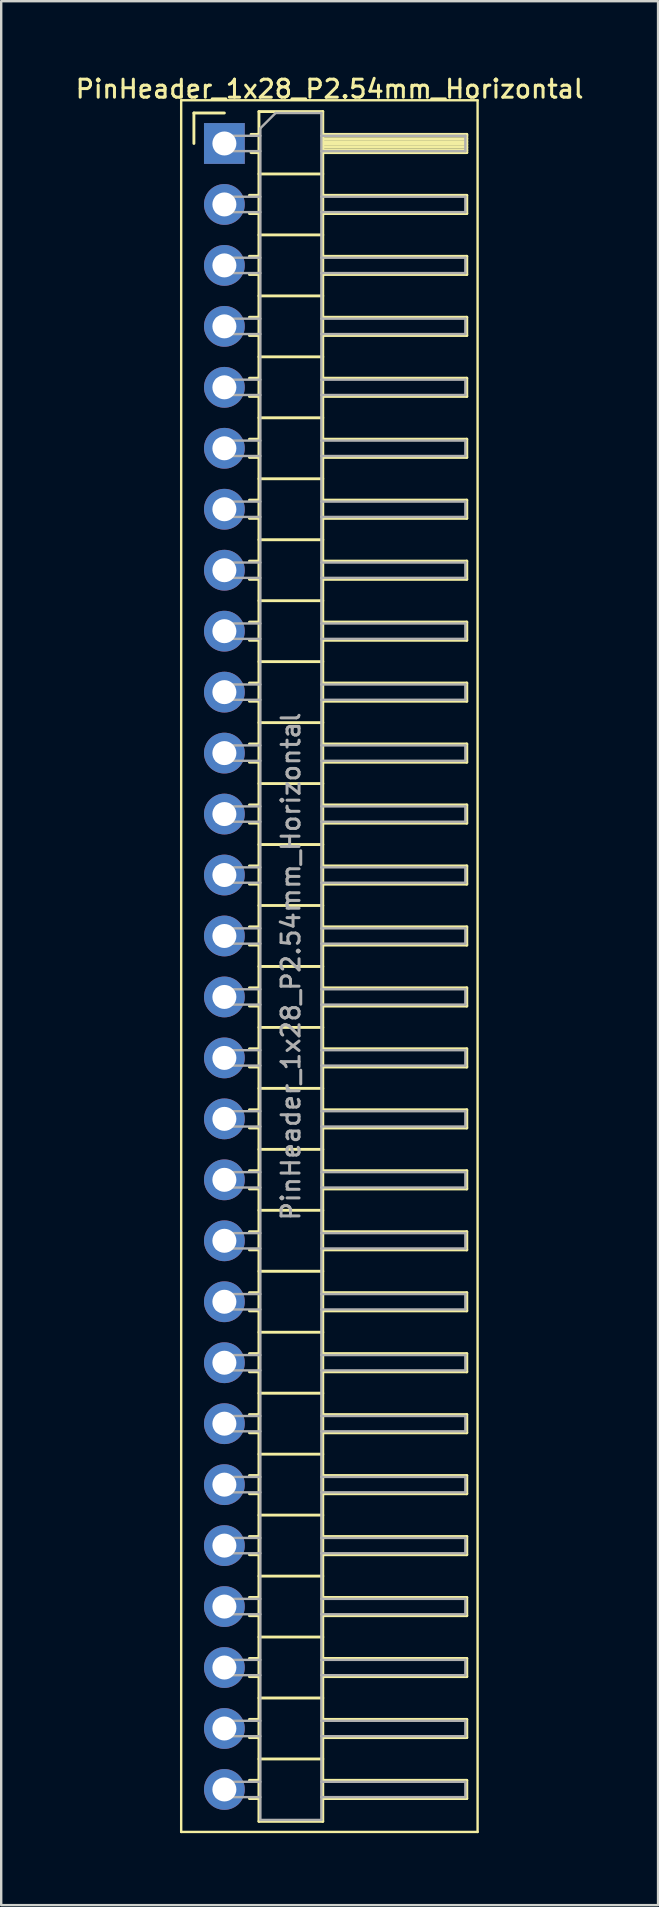
<source format=kicad_pcb>
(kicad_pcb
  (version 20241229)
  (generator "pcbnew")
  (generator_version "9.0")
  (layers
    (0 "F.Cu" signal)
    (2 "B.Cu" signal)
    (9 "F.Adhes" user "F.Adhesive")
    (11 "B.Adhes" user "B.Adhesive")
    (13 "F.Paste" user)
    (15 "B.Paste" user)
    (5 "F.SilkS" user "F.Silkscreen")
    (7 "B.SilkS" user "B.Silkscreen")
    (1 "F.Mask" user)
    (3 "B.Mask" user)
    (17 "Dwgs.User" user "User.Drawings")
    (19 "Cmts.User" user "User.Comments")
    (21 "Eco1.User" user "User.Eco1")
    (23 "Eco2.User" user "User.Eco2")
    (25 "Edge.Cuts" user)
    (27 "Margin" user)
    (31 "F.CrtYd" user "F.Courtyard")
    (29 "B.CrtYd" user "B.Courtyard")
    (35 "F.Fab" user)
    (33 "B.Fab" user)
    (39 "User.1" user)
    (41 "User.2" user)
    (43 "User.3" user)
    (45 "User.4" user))
  (footprint "PinHeader_1x28_P2.54mm_Horizontal"
    (layer "F.Cu")
    (at 6.299 2.928)
    (property "Reference" "PinHeader_1x28_P2.54mm_Horizontal" (at 4.385 -2.27 0) (layer "F.SilkS") (effects (font (size 0.75 0.75) (thickness 0.125))))
    (attr through_hole)
    (fp_line (start -1.8 -1.8) (end -1.8 70.35) (stroke (width 0.1) (type solid)) (layer "F.SilkS"))
    (fp_line (start -1.8 70.35) (end 10.55 70.35) (stroke (width 0.1) (type solid)) (layer "F.SilkS"))
    (fp_line (start -1.27 -1.27) (end 0 -1.27) (stroke (width 0.12) (type solid)) (layer "F.SilkS"))
    (fp_line (start -1.27 0) (end -1.27 -1.27) (stroke (width 0.12) (type solid)) (layer "F.SilkS"))
    (fp_line (start 1.043 2.16) (end 1.44 2.16) (stroke (width 0.12) (type solid)) (layer "F.SilkS"))
    (fp_line (start 1.043 2.92) (end 1.44 2.92) (stroke (width 0.12) (type solid)) (layer "F.SilkS"))
    (fp_line (start 1.043 4.7) (end 1.44 4.7) (stroke (width 0.12) (type solid)) (layer "F.SilkS"))
    (fp_line (start 1.043 5.46) (end 1.44 5.46) (stroke (width 0.12) (type solid)) (layer "F.SilkS"))
    (fp_line (start 1.043 7.24) (end 1.44 7.24) (stroke (width 0.12) (type solid)) (layer "F.SilkS"))
    (fp_line (start 1.043 8) (end 1.44 8) (stroke (width 0.12) (type solid)) (layer "F.SilkS"))
    (fp_line (start 1.043 9.78) (end 1.44 9.78) (stroke (width 0.12) (type solid)) (layer "F.SilkS"))
    (fp_line (start 1.043 10.54) (end 1.44 10.54) (stroke (width 0.12) (type solid)) (layer "F.SilkS"))
    (fp_line (start 1.043 12.32) (end 1.44 12.32) (stroke (width 0.12) (type solid)) (layer "F.SilkS"))
    (fp_line (start 1.043 13.08) (end 1.44 13.08) (stroke (width 0.12) (type solid)) (layer "F.SilkS"))
    (fp_line (start 1.043 14.86) (end 1.44 14.86) (stroke (width 0.12) (type solid)) (layer "F.SilkS"))
    (fp_line (start 1.043 15.62) (end 1.44 15.62) (stroke (width 0.12) (type solid)) (layer "F.SilkS"))
    (fp_line (start 1.043 17.4) (end 1.44 17.4) (stroke (width 0.12) (type solid)) (layer "F.SilkS"))
    (fp_line (start 1.043 18.16) (end 1.44 18.16) (stroke (width 0.12) (type solid)) (layer "F.SilkS"))
    (fp_line (start 1.043 19.94) (end 1.44 19.94) (stroke (width 0.12) (type solid)) (layer "F.SilkS"))
    (fp_line (start 1.043 20.7) (end 1.44 20.7) (stroke (width 0.12) (type solid)) (layer "F.SilkS"))
    (fp_line (start 1.043 22.48) (end 1.44 22.48) (stroke (width 0.12) (type solid)) (layer "F.SilkS"))
    (fp_line (start 1.043 23.24) (end 1.44 23.24) (stroke (width 0.12) (type solid)) (layer "F.SilkS"))
    (fp_line (start 1.043 25.02) (end 1.44 25.02) (stroke (width 0.12) (type solid)) (layer "F.SilkS"))
    (fp_line (start 1.043 25.78) (end 1.44 25.78) (stroke (width 0.12) (type solid)) (layer "F.SilkS"))
    (fp_line (start 1.043 27.56) (end 1.44 27.56) (stroke (width 0.12) (type solid)) (layer "F.SilkS"))
    (fp_line (start 1.043 28.32) (end 1.44 28.32) (stroke (width 0.12) (type solid)) (layer "F.SilkS"))
    (fp_line (start 1.043 30.1) (end 1.44 30.1) (stroke (width 0.12) (type solid)) (layer "F.SilkS"))
    (fp_line (start 1.043 30.86) (end 1.44 30.86) (stroke (width 0.12) (type solid)) (layer "F.SilkS"))
    (fp_line (start 1.043 32.64) (end 1.44 32.64) (stroke (width 0.12) (type solid)) (layer "F.SilkS"))
    (fp_line (start 1.043 33.4) (end 1.44 33.4) (stroke (width 0.12) (type solid)) (layer "F.SilkS"))
    (fp_line (start 1.043 35.18) (end 1.44 35.18) (stroke (width 0.12) (type solid)) (layer "F.SilkS"))
    (fp_line (start 1.043 35.94) (end 1.44 35.94) (stroke (width 0.12) (type solid)) (layer "F.SilkS"))
    (fp_line (start 1.043 37.72) (end 1.44 37.72) (stroke (width 0.12) (type solid)) (layer "F.SilkS"))
    (fp_line (start 1.043 38.48) (end 1.44 38.48) (stroke (width 0.12) (type solid)) (layer "F.SilkS"))
    (fp_line (start 1.043 40.26) (end 1.44 40.26) (stroke (width 0.12) (type solid)) (layer "F.SilkS"))
    (fp_line (start 1.043 41.02) (end 1.44 41.02) (stroke (width 0.12) (type solid)) (layer "F.SilkS"))
    (fp_line (start 1.043 42.8) (end 1.44 42.8) (stroke (width 0.12) (type solid)) (layer "F.SilkS"))
    (fp_line (start 1.043 43.56) (end 1.44 43.56) (stroke (width 0.12) (type solid)) (layer "F.SilkS"))
    (fp_line (start 1.043 45.34) (end 1.44 45.34) (stroke (width 0.12) (type solid)) (layer "F.SilkS"))
    (fp_line (start 1.043 46.1) (end 1.44 46.1) (stroke (width 0.12) (type solid)) (layer "F.SilkS"))
    (fp_line (start 1.043 47.88) (end 1.44 47.88) (stroke (width 0.12) (type solid)) (layer "F.SilkS"))
    (fp_line (start 1.043 48.64) (end 1.44 48.64) (stroke (width 0.12) (type solid)) (layer "F.SilkS"))
    (fp_line (start 1.043 50.42) (end 1.44 50.42) (stroke (width 0.12) (type solid)) (layer "F.SilkS"))
    (fp_line (start 1.043 51.18) (end 1.44 51.18) (stroke (width 0.12) (type solid)) (layer "F.SilkS"))
    (fp_line (start 1.043 52.96) (end 1.44 52.96) (stroke (width 0.12) (type solid)) (layer "F.SilkS"))
    (fp_line (start 1.043 53.72) (end 1.44 53.72) (stroke (width 0.12) (type solid)) (layer "F.SilkS"))
    (fp_line (start 1.043 55.5) (end 1.44 55.5) (stroke (width 0.12) (type solid)) (layer "F.SilkS"))
    (fp_line (start 1.043 56.26) (end 1.44 56.26) (stroke (width 0.12) (type solid)) (layer "F.SilkS"))
    (fp_line (start 1.043 58.04) (end 1.44 58.04) (stroke (width 0.12) (type solid)) (layer "F.SilkS"))
    (fp_line (start 1.043 58.8) (end 1.44 58.8) (stroke (width 0.12) (type solid)) (layer "F.SilkS"))
    (fp_line (start 1.043 60.58) (end 1.44 60.58) (stroke (width 0.12) (type solid)) (layer "F.SilkS"))
    (fp_line (start 1.043 61.34) (end 1.44 61.34) (stroke (width 0.12) (type solid)) (layer "F.SilkS"))
    (fp_line (start 1.043 63.12) (end 1.44 63.12) (stroke (width 0.12) (type solid)) (layer "F.SilkS"))
    (fp_line (start 1.043 63.88) (end 1.44 63.88) (stroke (width 0.12) (type solid)) (layer "F.SilkS"))
    (fp_line (start 1.043 65.66) (end 1.44 65.66) (stroke (width 0.12) (type solid)) (layer "F.SilkS"))
    (fp_line (start 1.043 66.42) (end 1.44 66.42) (stroke (width 0.12) (type solid)) (layer "F.SilkS"))
    (fp_line (start 1.043 68.2) (end 1.44 68.2) (stroke (width 0.12) (type solid)) (layer "F.SilkS"))
    (fp_line (start 1.043 68.96) (end 1.44 68.96) (stroke (width 0.12) (type solid)) (layer "F.SilkS"))
    (fp_line (start 1.11 -0.38) (end 1.44 -0.38) (stroke (width 0.12) (type solid)) (layer "F.SilkS"))
    (fp_line (start 1.11 0.38) (end 1.44 0.38) (stroke (width 0.12) (type solid)) (layer "F.SilkS"))
    (fp_line (start 1.44 -1.33) (end 1.44 69.91) (stroke (width 0.12) (type solid)) (layer "F.SilkS"))
    (fp_line (start 1.44 1.27) (end 4.1 1.27) (stroke (width 0.12) (type solid)) (layer "F.SilkS"))
    (fp_line (start 1.44 3.81) (end 4.1 3.81) (stroke (width 0.12) (type solid)) (layer "F.SilkS"))
    (fp_line (start 1.44 6.35) (end 4.1 6.35) (stroke (width 0.12) (type solid)) (layer "F.SilkS"))
    (fp_line (start 1.44 8.89) (end 4.1 8.89) (stroke (width 0.12) (type solid)) (layer "F.SilkS"))
    (fp_line (start 1.44 11.43) (end 4.1 11.43) (stroke (width 0.12) (type solid)) (layer "F.SilkS"))
    (fp_line (start 1.44 13.97) (end 4.1 13.97) (stroke (width 0.12) (type solid)) (layer "F.SilkS"))
    (fp_line (start 1.44 16.51) (end 4.1 16.51) (stroke (width 0.12) (type solid)) (layer "F.SilkS"))
    (fp_line (start 1.44 19.05) (end 4.1 19.05) (stroke (width 0.12) (type solid)) (layer "F.SilkS"))
    (fp_line (start 1.44 21.59) (end 4.1 21.59) (stroke (width 0.12) (type solid)) (layer "F.SilkS"))
    (fp_line (start 1.44 24.13) (end 4.1 24.13) (stroke (width 0.12) (type solid)) (layer "F.SilkS"))
    (fp_line (start 1.44 26.67) (end 4.1 26.67) (stroke (width 0.12) (type solid)) (layer "F.SilkS"))
    (fp_line (start 1.44 29.21) (end 4.1 29.21) (stroke (width 0.12) (type solid)) (layer "F.SilkS"))
    (fp_line (start 1.44 31.75) (end 4.1 31.75) (stroke (width 0.12) (type solid)) (layer "F.SilkS"))
    (fp_line (start 1.44 34.29) (end 4.1 34.29) (stroke (width 0.12) (type solid)) (layer "F.SilkS"))
    (fp_line (start 1.44 36.83) (end 4.1 36.83) (stroke (width 0.12) (type solid)) (layer "F.SilkS"))
    (fp_line (start 1.44 39.37) (end 4.1 39.37) (stroke (width 0.12) (type solid)) (layer "F.SilkS"))
    (fp_line (start 1.44 41.91) (end 4.1 41.91) (stroke (width 0.12) (type solid)) (layer "F.SilkS"))
    (fp_line (start 1.44 44.45) (end 4.1 44.45) (stroke (width 0.12) (type solid)) (layer "F.SilkS"))
    (fp_line (start 1.44 46.99) (end 4.1 46.99) (stroke (width 0.12) (type solid)) (layer "F.SilkS"))
    (fp_line (start 1.44 49.53) (end 4.1 49.53) (stroke (width 0.12) (type solid)) (layer "F.SilkS"))
    (fp_line (start 1.44 52.07) (end 4.1 52.07) (stroke (width 0.12) (type solid)) (layer "F.SilkS"))
    (fp_line (start 1.44 54.61) (end 4.1 54.61) (stroke (width 0.12) (type solid)) (layer "F.SilkS"))
    (fp_line (start 1.44 57.15) (end 4.1 57.15) (stroke (width 0.12) (type solid)) (layer "F.SilkS"))
    (fp_line (start 1.44 59.69) (end 4.1 59.69) (stroke (width 0.12) (type solid)) (layer "F.SilkS"))
    (fp_line (start 1.44 62.23) (end 4.1 62.23) (stroke (width 0.12) (type solid)) (layer "F.SilkS"))
    (fp_line (start 1.44 64.77) (end 4.1 64.77) (stroke (width 0.12) (type solid)) (layer "F.SilkS"))
    (fp_line (start 1.44 67.31) (end 4.1 67.31) (stroke (width 0.12) (type solid)) (layer "F.SilkS"))
    (fp_line (start 1.44 69.91) (end 4.1 69.91) (stroke (width 0.12) (type solid)) (layer "F.SilkS"))
    (fp_line (start 4.1 -1.33) (end 1.44 -1.33) (stroke (width 0.12) (type solid)) (layer "F.SilkS"))
    (fp_line (start 4.1 -0.38) (end 10.1 -0.38) (stroke (width 0.12) (type solid)) (layer "F.SilkS"))
    (fp_line (start 4.1 -0.32) (end 10.1 -0.32) (stroke (width 0.12) (type solid)) (layer "F.SilkS"))
    (fp_line (start 4.1 -0.2) (end 10.1 -0.2) (stroke (width 0.12) (type solid)) (layer "F.SilkS"))
    (fp_line (start 4.1 -0.08) (end 10.1 -0.08) (stroke (width 0.12) (type solid)) (layer "F.SilkS"))
    (fp_line (start 4.1 0.04) (end 10.1 0.04) (stroke (width 0.12) (type solid)) (layer "F.SilkS"))
    (fp_line (start 4.1 0.16) (end 10.1 0.16) (stroke (width 0.12) (type solid)) (layer "F.SilkS"))
    (fp_line (start 4.1 0.28) (end 10.1 0.28) (stroke (width 0.12) (type solid)) (layer "F.SilkS"))
    (fp_line (start 4.1 2.16) (end 10.1 2.16) (stroke (width 0.12) (type solid)) (layer "F.SilkS"))
    (fp_line (start 4.1 4.7) (end 10.1 4.7) (stroke (width 0.12) (type solid)) (layer "F.SilkS"))
    (fp_line (start 4.1 7.24) (end 10.1 7.24) (stroke (width 0.12) (type solid)) (layer "F.SilkS"))
    (fp_line (start 4.1 9.78) (end 10.1 9.78) (stroke (width 0.12) (type solid)) (layer "F.SilkS"))
    (fp_line (start 4.1 12.32) (end 10.1 12.32) (stroke (width 0.12) (type solid)) (layer "F.SilkS"))
    (fp_line (start 4.1 14.86) (end 10.1 14.86) (stroke (width 0.12) (type solid)) (layer "F.SilkS"))
    (fp_line (start 4.1 17.4) (end 10.1 17.4) (stroke (width 0.12) (type solid)) (layer "F.SilkS"))
    (fp_line (start 4.1 19.94) (end 10.1 19.94) (stroke (width 0.12) (type solid)) (layer "F.SilkS"))
    (fp_line (start 4.1 22.48) (end 10.1 22.48) (stroke (width 0.12) (type solid)) (layer "F.SilkS"))
    (fp_line (start 4.1 25.02) (end 10.1 25.02) (stroke (width 0.12) (type solid)) (layer "F.SilkS"))
    (fp_line (start 4.1 27.56) (end 10.1 27.56) (stroke (width 0.12) (type solid)) (layer "F.SilkS"))
    (fp_line (start 4.1 30.1) (end 10.1 30.1) (stroke (width 0.12) (type solid)) (layer "F.SilkS"))
    (fp_line (start 4.1 32.64) (end 10.1 32.64) (stroke (width 0.12) (type solid)) (layer "F.SilkS"))
    (fp_line (start 4.1 35.18) (end 10.1 35.18) (stroke (width 0.12) (type solid)) (layer "F.SilkS"))
    (fp_line (start 4.1 37.72) (end 10.1 37.72) (stroke (width 0.12) (type solid)) (layer "F.SilkS"))
    (fp_line (start 4.1 40.26) (end 10.1 40.26) (stroke (width 0.12) (type solid)) (layer "F.SilkS"))
    (fp_line (start 4.1 42.8) (end 10.1 42.8) (stroke (width 0.12) (type solid)) (layer "F.SilkS"))
    (fp_line (start 4.1 45.34) (end 10.1 45.34) (stroke (width 0.12) (type solid)) (layer "F.SilkS"))
    (fp_line (start 4.1 47.88) (end 10.1 47.88) (stroke (width 0.12) (type solid)) (layer "F.SilkS"))
    (fp_line (start 4.1 50.42) (end 10.1 50.42) (stroke (width 0.12) (type solid)) (layer "F.SilkS"))
    (fp_line (start 4.1 52.96) (end 10.1 52.96) (stroke (width 0.12) (type solid)) (layer "F.SilkS"))
    (fp_line (start 4.1 55.5) (end 10.1 55.5) (stroke (width 0.12) (type solid)) (layer "F.SilkS"))
    (fp_line (start 4.1 58.04) (end 10.1 58.04) (stroke (width 0.12) (type solid)) (layer "F.SilkS"))
    (fp_line (start 4.1 60.58) (end 10.1 60.58) (stroke (width 0.12) (type solid)) (layer "F.SilkS"))
    (fp_line (start 4.1 63.12) (end 10.1 63.12) (stroke (width 0.12) (type solid)) (layer "F.SilkS"))
    (fp_line (start 4.1 65.66) (end 10.1 65.66) (stroke (width 0.12) (type solid)) (layer "F.SilkS"))
    (fp_line (start 4.1 68.2) (end 10.1 68.2) (stroke (width 0.12) (type solid)) (layer "F.SilkS"))
    (fp_line (start 4.1 69.91) (end 4.1 -1.33) (stroke (width 0.12) (type solid)) (layer "F.SilkS"))
    (fp_line (start 10.1 -0.38) (end 10.1 0.38) (stroke (width 0.12) (type solid)) (layer "F.SilkS"))
    (fp_line (start 10.1 0.38) (end 4.1 0.38) (stroke (width 0.12) (type solid)) (layer "F.SilkS"))
    (fp_line (start 10.1 2.16) (end 10.1 2.92) (stroke (width 0.12) (type solid)) (layer "F.SilkS"))
    (fp_line (start 10.1 2.92) (end 4.1 2.92) (stroke (width 0.12) (type solid)) (layer "F.SilkS"))
    (fp_line (start 10.1 4.7) (end 10.1 5.46) (stroke (width 0.12) (type solid)) (layer "F.SilkS"))
    (fp_line (start 10.1 5.46) (end 4.1 5.46) (stroke (width 0.12) (type solid)) (layer "F.SilkS"))
    (fp_line (start 10.1 7.24) (end 10.1 8) (stroke (width 0.12) (type solid)) (layer "F.SilkS"))
    (fp_line (start 10.1 8) (end 4.1 8) (stroke (width 0.12) (type solid)) (layer "F.SilkS"))
    (fp_line (start 10.1 9.78) (end 10.1 10.54) (stroke (width 0.12) (type solid)) (layer "F.SilkS"))
    (fp_line (start 10.1 10.54) (end 4.1 10.54) (stroke (width 0.12) (type solid)) (layer "F.SilkS"))
    (fp_line (start 10.1 12.32) (end 10.1 13.08) (stroke (width 0.12) (type solid)) (layer "F.SilkS"))
    (fp_line (start 10.1 13.08) (end 4.1 13.08) (stroke (width 0.12) (type solid)) (layer "F.SilkS"))
    (fp_line (start 10.1 14.86) (end 10.1 15.62) (stroke (width 0.12) (type solid)) (layer "F.SilkS"))
    (fp_line (start 10.1 15.62) (end 4.1 15.62) (stroke (width 0.12) (type solid)) (layer "F.SilkS"))
    (fp_line (start 10.1 17.4) (end 10.1 18.16) (stroke (width 0.12) (type solid)) (layer "F.SilkS"))
    (fp_line (start 10.1 18.16) (end 4.1 18.16) (stroke (width 0.12) (type solid)) (layer "F.SilkS"))
    (fp_line (start 10.1 19.94) (end 10.1 20.7) (stroke (width 0.12) (type solid)) (layer "F.SilkS"))
    (fp_line (start 10.1 20.7) (end 4.1 20.7) (stroke (width 0.12) (type solid)) (layer "F.SilkS"))
    (fp_line (start 10.1 22.48) (end 10.1 23.24) (stroke (width 0.12) (type solid)) (layer "F.SilkS"))
    (fp_line (start 10.1 23.24) (end 4.1 23.24) (stroke (width 0.12) (type solid)) (layer "F.SilkS"))
    (fp_line (start 10.1 25.02) (end 10.1 25.78) (stroke (width 0.12) (type solid)) (layer "F.SilkS"))
    (fp_line (start 10.1 25.78) (end 4.1 25.78) (stroke (width 0.12) (type solid)) (layer "F.SilkS"))
    (fp_line (start 10.1 27.56) (end 10.1 28.32) (stroke (width 0.12) (type solid)) (layer "F.SilkS"))
    (fp_line (start 10.1 28.32) (end 4.1 28.32) (stroke (width 0.12) (type solid)) (layer "F.SilkS"))
    (fp_line (start 10.1 30.1) (end 10.1 30.86) (stroke (width 0.12) (type solid)) (layer "F.SilkS"))
    (fp_line (start 10.1 30.86) (end 4.1 30.86) (stroke (width 0.12) (type solid)) (layer "F.SilkS"))
    (fp_line (start 10.1 32.64) (end 10.1 33.4) (stroke (width 0.12) (type solid)) (layer "F.SilkS"))
    (fp_line (start 10.1 33.4) (end 4.1 33.4) (stroke (width 0.12) (type solid)) (layer "F.SilkS"))
    (fp_line (start 10.1 35.18) (end 10.1 35.94) (stroke (width 0.12) (type solid)) (layer "F.SilkS"))
    (fp_line (start 10.1 35.94) (end 4.1 35.94) (stroke (width 0.12) (type solid)) (layer "F.SilkS"))
    (fp_line (start 10.1 37.72) (end 10.1 38.48) (stroke (width 0.12) (type solid)) (layer "F.SilkS"))
    (fp_line (start 10.1 38.48) (end 4.1 38.48) (stroke (width 0.12) (type solid)) (layer "F.SilkS"))
    (fp_line (start 10.1 40.26) (end 10.1 41.02) (stroke (width 0.12) (type solid)) (layer "F.SilkS"))
    (fp_line (start 10.1 41.02) (end 4.1 41.02) (stroke (width 0.12) (type solid)) (layer "F.SilkS"))
    (fp_line (start 10.1 42.8) (end 10.1 43.56) (stroke (width 0.12) (type solid)) (layer "F.SilkS"))
    (fp_line (start 10.1 43.56) (end 4.1 43.56) (stroke (width 0.12) (type solid)) (layer "F.SilkS"))
    (fp_line (start 10.1 45.34) (end 10.1 46.1) (stroke (width 0.12) (type solid)) (layer "F.SilkS"))
    (fp_line (start 10.1 46.1) (end 4.1 46.1) (stroke (width 0.12) (type solid)) (layer "F.SilkS"))
    (fp_line (start 10.1 47.88) (end 10.1 48.64) (stroke (width 0.12) (type solid)) (layer "F.SilkS"))
    (fp_line (start 10.1 48.64) (end 4.1 48.64) (stroke (width 0.12) (type solid)) (layer "F.SilkS"))
    (fp_line (start 10.1 50.42) (end 10.1 51.18) (stroke (width 0.12) (type solid)) (layer "F.SilkS"))
    (fp_line (start 10.1 51.18) (end 4.1 51.18) (stroke (width 0.12) (type solid)) (layer "F.SilkS"))
    (fp_line (start 10.1 52.96) (end 10.1 53.72) (stroke (width 0.12) (type solid)) (layer "F.SilkS"))
    (fp_line (start 10.1 53.72) (end 4.1 53.72) (stroke (width 0.12) (type solid)) (layer "F.SilkS"))
    (fp_line (start 10.1 55.5) (end 10.1 56.26) (stroke (width 0.12) (type solid)) (layer "F.SilkS"))
    (fp_line (start 10.1 56.26) (end 4.1 56.26) (stroke (width 0.12) (type solid)) (layer "F.SilkS"))
    (fp_line (start 10.1 58.04) (end 10.1 58.8) (stroke (width 0.12) (type solid)) (layer "F.SilkS"))
    (fp_line (start 10.1 58.8) (end 4.1 58.8) (stroke (width 0.12) (type solid)) (layer "F.SilkS"))
    (fp_line (start 10.1 60.58) (end 10.1 61.34) (stroke (width 0.12) (type solid)) (layer "F.SilkS"))
    (fp_line (start 10.1 61.34) (end 4.1 61.34) (stroke (width 0.12) (type solid)) (layer "F.SilkS"))
    (fp_line (start 10.1 63.12) (end 10.1 63.88) (stroke (width 0.12) (type solid)) (layer "F.SilkS"))
    (fp_line (start 10.1 63.88) (end 4.1 63.88) (stroke (width 0.12) (type solid)) (layer "F.SilkS"))
    (fp_line (start 10.1 65.66) (end 10.1 66.42) (stroke (width 0.12) (type solid)) (layer "F.SilkS"))
    (fp_line (start 10.1 66.42) (end 4.1 66.42) (stroke (width 0.12) (type solid)) (layer "F.SilkS"))
    (fp_line (start 10.1 68.2) (end 10.1 68.96) (stroke (width 0.12) (type solid)) (layer "F.SilkS"))
    (fp_line (start 10.1 68.96) (end 4.1 68.96) (stroke (width 0.12) (type solid)) (layer "F.SilkS"))
    (fp_line (start 10.55 -1.8) (end -1.8 -1.8) (stroke (width 0.1) (type solid)) (layer "F.SilkS"))
    (fp_line (start 10.55 70.35) (end 10.55 -1.8) (stroke (width 0.1) (type solid)) (layer "F.SilkS"))
    (fp_line (start -0.32 -0.32) (end -0.32 0.32) (stroke (width 0.1) (type solid)) (layer "F.Fab"))
    (fp_line (start -0.32 -0.32) (end 1.5 -0.32) (stroke (width 0.1) (type solid)) (layer "F.Fab"))
    (fp_line (start -0.32 0.32) (end 1.5 0.32) (stroke (width 0.1) (type solid)) (layer "F.Fab"))
    (fp_line (start -0.32 2.22) (end -0.32 2.86) (stroke (width 0.1) (type solid)) (layer "F.Fab"))
    (fp_line (start -0.32 2.22) (end 1.5 2.22) (stroke (width 0.1) (type solid)) (layer "F.Fab"))
    (fp_line (start -0.32 2.86) (end 1.5 2.86) (stroke (width 0.1) (type solid)) (layer "F.Fab"))
    (fp_line (start -0.32 4.76) (end -0.32 5.4) (stroke (width 0.1) (type solid)) (layer "F.Fab"))
    (fp_line (start -0.32 4.76) (end 1.5 4.76) (stroke (width 0.1) (type solid)) (layer "F.Fab"))
    (fp_line (start -0.32 5.4) (end 1.5 5.4) (stroke (width 0.1) (type solid)) (layer "F.Fab"))
    (fp_line (start -0.32 7.3) (end -0.32 7.94) (stroke (width 0.1) (type solid)) (layer "F.Fab"))
    (fp_line (start -0.32 7.3) (end 1.5 7.3) (stroke (width 0.1) (type solid)) (layer "F.Fab"))
    (fp_line (start -0.32 7.94) (end 1.5 7.94) (stroke (width 0.1) (type solid)) (layer "F.Fab"))
    (fp_line (start -0.32 9.84) (end -0.32 10.48) (stroke (width 0.1) (type solid)) (layer "F.Fab"))
    (fp_line (start -0.32 9.84) (end 1.5 9.84) (stroke (width 0.1) (type solid)) (layer "F.Fab"))
    (fp_line (start -0.32 10.48) (end 1.5 10.48) (stroke (width 0.1) (type solid)) (layer "F.Fab"))
    (fp_line (start -0.32 12.38) (end -0.32 13.02) (stroke (width 0.1) (type solid)) (layer "F.Fab"))
    (fp_line (start -0.32 12.38) (end 1.5 12.38) (stroke (width 0.1) (type solid)) (layer "F.Fab"))
    (fp_line (start -0.32 13.02) (end 1.5 13.02) (stroke (width 0.1) (type solid)) (layer "F.Fab"))
    (fp_line (start -0.32 14.92) (end -0.32 15.56) (stroke (width 0.1) (type solid)) (layer "F.Fab"))
    (fp_line (start -0.32 14.92) (end 1.5 14.92) (stroke (width 0.1) (type solid)) (layer "F.Fab"))
    (fp_line (start -0.32 15.56) (end 1.5 15.56) (stroke (width 0.1) (type solid)) (layer "F.Fab"))
    (fp_line (start -0.32 17.46) (end -0.32 18.1) (stroke (width 0.1) (type solid)) (layer "F.Fab"))
    (fp_line (start -0.32 17.46) (end 1.5 17.46) (stroke (width 0.1) (type solid)) (layer "F.Fab"))
    (fp_line (start -0.32 18.1) (end 1.5 18.1) (stroke (width 0.1) (type solid)) (layer "F.Fab"))
    (fp_line (start -0.32 20) (end -0.32 20.64) (stroke (width 0.1) (type solid)) (layer "F.Fab"))
    (fp_line (start -0.32 20) (end 1.5 20) (stroke (width 0.1) (type solid)) (layer "F.Fab"))
    (fp_line (start -0.32 20.64) (end 1.5 20.64) (stroke (width 0.1) (type solid)) (layer "F.Fab"))
    (fp_line (start -0.32 22.54) (end -0.32 23.18) (stroke (width 0.1) (type solid)) (layer "F.Fab"))
    (fp_line (start -0.32 22.54) (end 1.5 22.54) (stroke (width 0.1) (type solid)) (layer "F.Fab"))
    (fp_line (start -0.32 23.18) (end 1.5 23.18) (stroke (width 0.1) (type solid)) (layer "F.Fab"))
    (fp_line (start -0.32 25.08) (end -0.32 25.72) (stroke (width 0.1) (type solid)) (layer "F.Fab"))
    (fp_line (start -0.32 25.08) (end 1.5 25.08) (stroke (width 0.1) (type solid)) (layer "F.Fab"))
    (fp_line (start -0.32 25.72) (end 1.5 25.72) (stroke (width 0.1) (type solid)) (layer "F.Fab"))
    (fp_line (start -0.32 27.62) (end -0.32 28.26) (stroke (width 0.1) (type solid)) (layer "F.Fab"))
    (fp_line (start -0.32 27.62) (end 1.5 27.62) (stroke (width 0.1) (type solid)) (layer "F.Fab"))
    (fp_line (start -0.32 28.26) (end 1.5 28.26) (stroke (width 0.1) (type solid)) (layer "F.Fab"))
    (fp_line (start -0.32 30.16) (end -0.32 30.8) (stroke (width 0.1) (type solid)) (layer "F.Fab"))
    (fp_line (start -0.32 30.16) (end 1.5 30.16) (stroke (width 0.1) (type solid)) (layer "F.Fab"))
    (fp_line (start -0.32 30.8) (end 1.5 30.8) (stroke (width 0.1) (type solid)) (layer "F.Fab"))
    (fp_line (start -0.32 32.7) (end -0.32 33.34) (stroke (width 0.1) (type solid)) (layer "F.Fab"))
    (fp_line (start -0.32 32.7) (end 1.5 32.7) (stroke (width 0.1) (type solid)) (layer "F.Fab"))
    (fp_line (start -0.32 33.34) (end 1.5 33.34) (stroke (width 0.1) (type solid)) (layer "F.Fab"))
    (fp_line (start -0.32 35.24) (end -0.32 35.88) (stroke (width 0.1) (type solid)) (layer "F.Fab"))
    (fp_line (start -0.32 35.24) (end 1.5 35.24) (stroke (width 0.1) (type solid)) (layer "F.Fab"))
    (fp_line (start -0.32 35.88) (end 1.5 35.88) (stroke (width 0.1) (type solid)) (layer "F.Fab"))
    (fp_line (start -0.32 37.78) (end -0.32 38.42) (stroke (width 0.1) (type solid)) (layer "F.Fab"))
    (fp_line (start -0.32 37.78) (end 1.5 37.78) (stroke (width 0.1) (type solid)) (layer "F.Fab"))
    (fp_line (start -0.32 38.42) (end 1.5 38.42) (stroke (width 0.1) (type solid)) (layer "F.Fab"))
    (fp_line (start -0.32 40.32) (end -0.32 40.96) (stroke (width 0.1) (type solid)) (layer "F.Fab"))
    (fp_line (start -0.32 40.32) (end 1.5 40.32) (stroke (width 0.1) (type solid)) (layer "F.Fab"))
    (fp_line (start -0.32 40.96) (end 1.5 40.96) (stroke (width 0.1) (type solid)) (layer "F.Fab"))
    (fp_line (start -0.32 42.86) (end -0.32 43.5) (stroke (width 0.1) (type solid)) (layer "F.Fab"))
    (fp_line (start -0.32 42.86) (end 1.5 42.86) (stroke (width 0.1) (type solid)) (layer "F.Fab"))
    (fp_line (start -0.32 43.5) (end 1.5 43.5) (stroke (width 0.1) (type solid)) (layer "F.Fab"))
    (fp_line (start -0.32 45.4) (end -0.32 46.04) (stroke (width 0.1) (type solid)) (layer "F.Fab"))
    (fp_line (start -0.32 45.4) (end 1.5 45.4) (stroke (width 0.1) (type solid)) (layer "F.Fab"))
    (fp_line (start -0.32 46.04) (end 1.5 46.04) (stroke (width 0.1) (type solid)) (layer "F.Fab"))
    (fp_line (start -0.32 47.94) (end -0.32 48.58) (stroke (width 0.1) (type solid)) (layer "F.Fab"))
    (fp_line (start -0.32 47.94) (end 1.5 47.94) (stroke (width 0.1) (type solid)) (layer "F.Fab"))
    (fp_line (start -0.32 48.58) (end 1.5 48.58) (stroke (width 0.1) (type solid)) (layer "F.Fab"))
    (fp_line (start -0.32 50.48) (end -0.32 51.12) (stroke (width 0.1) (type solid)) (layer "F.Fab"))
    (fp_line (start -0.32 50.48) (end 1.5 50.48) (stroke (width 0.1) (type solid)) (layer "F.Fab"))
    (fp_line (start -0.32 51.12) (end 1.5 51.12) (stroke (width 0.1) (type solid)) (layer "F.Fab"))
    (fp_line (start -0.32 53.02) (end -0.32 53.66) (stroke (width 0.1) (type solid)) (layer "F.Fab"))
    (fp_line (start -0.32 53.02) (end 1.5 53.02) (stroke (width 0.1) (type solid)) (layer "F.Fab"))
    (fp_line (start -0.32 53.66) (end 1.5 53.66) (stroke (width 0.1) (type solid)) (layer "F.Fab"))
    (fp_line (start -0.32 55.56) (end -0.32 56.2) (stroke (width 0.1) (type solid)) (layer "F.Fab"))
    (fp_line (start -0.32 55.56) (end 1.5 55.56) (stroke (width 0.1) (type solid)) (layer "F.Fab"))
    (fp_line (start -0.32 56.2) (end 1.5 56.2) (stroke (width 0.1) (type solid)) (layer "F.Fab"))
    (fp_line (start -0.32 58.1) (end -0.32 58.74) (stroke (width 0.1) (type solid)) (layer "F.Fab"))
    (fp_line (start -0.32 58.1) (end 1.5 58.1) (stroke (width 0.1) (type solid)) (layer "F.Fab"))
    (fp_line (start -0.32 58.74) (end 1.5 58.74) (stroke (width 0.1) (type solid)) (layer "F.Fab"))
    (fp_line (start -0.32 60.64) (end -0.32 61.28) (stroke (width 0.1) (type solid)) (layer "F.Fab"))
    (fp_line (start -0.32 60.64) (end 1.5 60.64) (stroke (width 0.1) (type solid)) (layer "F.Fab"))
    (fp_line (start -0.32 61.28) (end 1.5 61.28) (stroke (width 0.1) (type solid)) (layer "F.Fab"))
    (fp_line (start -0.32 63.18) (end -0.32 63.82) (stroke (width 0.1) (type solid)) (layer "F.Fab"))
    (fp_line (start -0.32 63.18) (end 1.5 63.18) (stroke (width 0.1) (type solid)) (layer "F.Fab"))
    (fp_line (start -0.32 63.82) (end 1.5 63.82) (stroke (width 0.1) (type solid)) (layer "F.Fab"))
    (fp_line (start -0.32 65.72) (end -0.32 66.36) (stroke (width 0.1) (type solid)) (layer "F.Fab"))
    (fp_line (start -0.32 65.72) (end 1.5 65.72) (stroke (width 0.1) (type solid)) (layer "F.Fab"))
    (fp_line (start -0.32 66.36) (end 1.5 66.36) (stroke (width 0.1) (type solid)) (layer "F.Fab"))
    (fp_line (start -0.32 68.26) (end -0.32 68.9) (stroke (width 0.1) (type solid)) (layer "F.Fab"))
    (fp_line (start -0.32 68.26) (end 1.5 68.26) (stroke (width 0.1) (type solid)) (layer "F.Fab"))
    (fp_line (start -0.32 68.9) (end 1.5 68.9) (stroke (width 0.1) (type solid)) (layer "F.Fab"))
    (fp_line (start 1.5 -0.635) (end 2.135 -1.27) (stroke (width 0.1) (type solid)) (layer "F.Fab"))
    (fp_line (start 1.5 69.85) (end 1.5 -0.635) (stroke (width 0.1) (type solid)) (layer "F.Fab"))
    (fp_line (start 2.135 -1.27) (end 4.04 -1.27) (stroke (width 0.1) (type solid)) (layer "F.Fab"))
    (fp_line (start 4.04 -1.27) (end 4.04 69.85) (stroke (width 0.1) (type solid)) (layer "F.Fab"))
    (fp_line (start 4.04 -0.32) (end 10.04 -0.32) (stroke (width 0.1) (type solid)) (layer "F.Fab"))
    (fp_line (start 4.04 0.32) (end 10.04 0.32) (stroke (width 0.1) (type solid)) (layer "F.Fab"))
    (fp_line (start 4.04 2.22) (end 10.04 2.22) (stroke (width 0.1) (type solid)) (layer "F.Fab"))
    (fp_line (start 4.04 2.86) (end 10.04 2.86) (stroke (width 0.1) (type solid)) (layer "F.Fab"))
    (fp_line (start 4.04 4.76) (end 10.04 4.76) (stroke (width 0.1) (type solid)) (layer "F.Fab"))
    (fp_line (start 4.04 5.4) (end 10.04 5.4) (stroke (width 0.1) (type solid)) (layer "F.Fab"))
    (fp_line (start 4.04 7.3) (end 10.04 7.3) (stroke (width 0.1) (type solid)) (layer "F.Fab"))
    (fp_line (start 4.04 7.94) (end 10.04 7.94) (stroke (width 0.1) (type solid)) (layer "F.Fab"))
    (fp_line (start 4.04 9.84) (end 10.04 9.84) (stroke (width 0.1) (type solid)) (layer "F.Fab"))
    (fp_line (start 4.04 10.48) (end 10.04 10.48) (stroke (width 0.1) (type solid)) (layer "F.Fab"))
    (fp_line (start 4.04 12.38) (end 10.04 12.38) (stroke (width 0.1) (type solid)) (layer "F.Fab"))
    (fp_line (start 4.04 13.02) (end 10.04 13.02) (stroke (width 0.1) (type solid)) (layer "F.Fab"))
    (fp_line (start 4.04 14.92) (end 10.04 14.92) (stroke (width 0.1) (type solid)) (layer "F.Fab"))
    (fp_line (start 4.04 15.56) (end 10.04 15.56) (stroke (width 0.1) (type solid)) (layer "F.Fab"))
    (fp_line (start 4.04 17.46) (end 10.04 17.46) (stroke (width 0.1) (type solid)) (layer "F.Fab"))
    (fp_line (start 4.04 18.1) (end 10.04 18.1) (stroke (width 0.1) (type solid)) (layer "F.Fab"))
    (fp_line (start 4.04 20) (end 10.04 20) (stroke (width 0.1) (type solid)) (layer "F.Fab"))
    (fp_line (start 4.04 20.64) (end 10.04 20.64) (stroke (width 0.1) (type solid)) (layer "F.Fab"))
    (fp_line (start 4.04 22.54) (end 10.04 22.54) (stroke (width 0.1) (type solid)) (layer "F.Fab"))
    (fp_line (start 4.04 23.18) (end 10.04 23.18) (stroke (width 0.1) (type solid)) (layer "F.Fab"))
    (fp_line (start 4.04 25.08) (end 10.04 25.08) (stroke (width 0.1) (type solid)) (layer "F.Fab"))
    (fp_line (start 4.04 25.72) (end 10.04 25.72) (stroke (width 0.1) (type solid)) (layer "F.Fab"))
    (fp_line (start 4.04 27.62) (end 10.04 27.62) (stroke (width 0.1) (type solid)) (layer "F.Fab"))
    (fp_line (start 4.04 28.26) (end 10.04 28.26) (stroke (width 0.1) (type solid)) (layer "F.Fab"))
    (fp_line (start 4.04 30.16) (end 10.04 30.16) (stroke (width 0.1) (type solid)) (layer "F.Fab"))
    (fp_line (start 4.04 30.8) (end 10.04 30.8) (stroke (width 0.1) (type solid)) (layer "F.Fab"))
    (fp_line (start 4.04 32.7) (end 10.04 32.7) (stroke (width 0.1) (type solid)) (layer "F.Fab"))
    (fp_line (start 4.04 33.34) (end 10.04 33.34) (stroke (width 0.1) (type solid)) (layer "F.Fab"))
    (fp_line (start 4.04 35.24) (end 10.04 35.24) (stroke (width 0.1) (type solid)) (layer "F.Fab"))
    (fp_line (start 4.04 35.88) (end 10.04 35.88) (stroke (width 0.1) (type solid)) (layer "F.Fab"))
    (fp_line (start 4.04 37.78) (end 10.04 37.78) (stroke (width 0.1) (type solid)) (layer "F.Fab"))
    (fp_line (start 4.04 38.42) (end 10.04 38.42) (stroke (width 0.1) (type solid)) (layer "F.Fab"))
    (fp_line (start 4.04 40.32) (end 10.04 40.32) (stroke (width 0.1) (type solid)) (layer "F.Fab"))
    (fp_line (start 4.04 40.96) (end 10.04 40.96) (stroke (width 0.1) (type solid)) (layer "F.Fab"))
    (fp_line (start 4.04 42.86) (end 10.04 42.86) (stroke (width 0.1) (type solid)) (layer "F.Fab"))
    (fp_line (start 4.04 43.5) (end 10.04 43.5) (stroke (width 0.1) (type solid)) (layer "F.Fab"))
    (fp_line (start 4.04 45.4) (end 10.04 45.4) (stroke (width 0.1) (type solid)) (layer "F.Fab"))
    (fp_line (start 4.04 46.04) (end 10.04 46.04) (stroke (width 0.1) (type solid)) (layer "F.Fab"))
    (fp_line (start 4.04 47.94) (end 10.04 47.94) (stroke (width 0.1) (type solid)) (layer "F.Fab"))
    (fp_line (start 4.04 48.58) (end 10.04 48.58) (stroke (width 0.1) (type solid)) (layer "F.Fab"))
    (fp_line (start 4.04 50.48) (end 10.04 50.48) (stroke (width 0.1) (type solid)) (layer "F.Fab"))
    (fp_line (start 4.04 51.12) (end 10.04 51.12) (stroke (width 0.1) (type solid)) (layer "F.Fab"))
    (fp_line (start 4.04 53.02) (end 10.04 53.02) (stroke (width 0.1) (type solid)) (layer "F.Fab"))
    (fp_line (start 4.04 53.66) (end 10.04 53.66) (stroke (width 0.1) (type solid)) (layer "F.Fab"))
    (fp_line (start 4.04 55.56) (end 10.04 55.56) (stroke (width 0.1) (type solid)) (layer "F.Fab"))
    (fp_line (start 4.04 56.2) (end 10.04 56.2) (stroke (width 0.1) (type solid)) (layer "F.Fab"))
    (fp_line (start 4.04 58.1) (end 10.04 58.1) (stroke (width 0.1) (type solid)) (layer "F.Fab"))
    (fp_line (start 4.04 58.74) (end 10.04 58.74) (stroke (width 0.1) (type solid)) (layer "F.Fab"))
    (fp_line (start 4.04 60.64) (end 10.04 60.64) (stroke (width 0.1) (type solid)) (layer "F.Fab"))
    (fp_line (start 4.04 61.28) (end 10.04 61.28) (stroke (width 0.1) (type solid)) (layer "F.Fab"))
    (fp_line (start 4.04 63.18) (end 10.04 63.18) (stroke (width 0.1) (type solid)) (layer "F.Fab"))
    (fp_line (start 4.04 63.82) (end 10.04 63.82) (stroke (width 0.1) (type solid)) (layer "F.Fab"))
    (fp_line (start 4.04 65.72) (end 10.04 65.72) (stroke (width 0.1) (type solid)) (layer "F.Fab"))
    (fp_line (start 4.04 66.36) (end 10.04 66.36) (stroke (width 0.1) (type solid)) (layer "F.Fab"))
    (fp_line (start 4.04 68.26) (end 10.04 68.26) (stroke (width 0.1) (type solid)) (layer "F.Fab"))
    (fp_line (start 4.04 68.9) (end 10.04 68.9) (stroke (width 0.1) (type solid)) (layer "F.Fab"))
    (fp_line (start 4.04 69.85) (end 1.5 69.85) (stroke (width 0.1) (type solid)) (layer "F.Fab"))
    (fp_line (start 10.04 -0.32) (end 10.04 0.32) (stroke (width 0.1) (type solid)) (layer "F.Fab"))
    (fp_line (start 10.04 2.22) (end 10.04 2.86) (stroke (width 0.1) (type solid)) (layer "F.Fab"))
    (fp_line (start 10.04 4.76) (end 10.04 5.4) (stroke (width 0.1) (type solid)) (layer "F.Fab"))
    (fp_line (start 10.04 7.3) (end 10.04 7.94) (stroke (width 0.1) (type solid)) (layer "F.Fab"))
    (fp_line (start 10.04 9.84) (end 10.04 10.48) (stroke (width 0.1) (type solid)) (layer "F.Fab"))
    (fp_line (start 10.04 12.38) (end 10.04 13.02) (stroke (width 0.1) (type solid)) (layer "F.Fab"))
    (fp_line (start 10.04 14.92) (end 10.04 15.56) (stroke (width 0.1) (type solid)) (layer "F.Fab"))
    (fp_line (start 10.04 17.46) (end 10.04 18.1) (stroke (width 0.1) (type solid)) (layer "F.Fab"))
    (fp_line (start 10.04 20) (end 10.04 20.64) (stroke (width 0.1) (type solid)) (layer "F.Fab"))
    (fp_line (start 10.04 22.54) (end 10.04 23.18) (stroke (width 0.1) (type solid)) (layer "F.Fab"))
    (fp_line (start 10.04 25.08) (end 10.04 25.72) (stroke (width 0.1) (type solid)) (layer "F.Fab"))
    (fp_line (start 10.04 27.62) (end 10.04 28.26) (stroke (width 0.1) (type solid)) (layer "F.Fab"))
    (fp_line (start 10.04 30.16) (end 10.04 30.8) (stroke (width 0.1) (type solid)) (layer "F.Fab"))
    (fp_line (start 10.04 32.7) (end 10.04 33.34) (stroke (width 0.1) (type solid)) (layer "F.Fab"))
    (fp_line (start 10.04 35.24) (end 10.04 35.88) (stroke (width 0.1) (type solid)) (layer "F.Fab"))
    (fp_line (start 10.04 37.78) (end 10.04 38.42) (stroke (width 0.1) (type solid)) (layer "F.Fab"))
    (fp_line (start 10.04 40.32) (end 10.04 40.96) (stroke (width 0.1) (type solid)) (layer "F.Fab"))
    (fp_line (start 10.04 42.86) (end 10.04 43.5) (stroke (width 0.1) (type solid)) (layer "F.Fab"))
    (fp_line (start 10.04 45.4) (end 10.04 46.04) (stroke (width 0.1) (type solid)) (layer "F.Fab"))
    (fp_line (start 10.04 47.94) (end 10.04 48.58) (stroke (width 0.1) (type solid)) (layer "F.Fab"))
    (fp_line (start 10.04 50.48) (end 10.04 51.12) (stroke (width 0.1) (type solid)) (layer "F.Fab"))
    (fp_line (start 10.04 53.02) (end 10.04 53.66) (stroke (width 0.1) (type solid)) (layer "F.Fab"))
    (fp_line (start 10.04 55.56) (end 10.04 56.2) (stroke (width 0.1) (type solid)) (layer "F.Fab"))
    (fp_line (start 10.04 58.1) (end 10.04 58.74) (stroke (width 0.1) (type solid)) (layer "F.Fab"))
    (fp_line (start 10.04 60.64) (end 10.04 61.28) (stroke (width 0.1) (type solid)) (layer "F.Fab"))
    (fp_line (start 10.04 63.18) (end 10.04 63.82) (stroke (width 0.1) (type solid)) (layer "F.Fab"))
    (fp_line (start 10.04 65.72) (end 10.04 66.36) (stroke (width 0.1) (type solid)) (layer "F.Fab"))
    (fp_line (start 10.04 68.26) (end 10.04 68.9) (stroke (width 0.1) (type solid)) (layer "F.Fab"))
    (fp_text user "${REFERENCE}" (at 2.77 34.29 90) (layer "F.Fab") (effects (font (size 0.75 0.75) (thickness 0.125))))
    (pad "1" thru_hole rect (at 0 0) (size 1.7 1.7) (drill 1) (layers "*.Cu" "*.Mask"))
    (pad "2" thru_hole oval (at 0 2.54) (size 1.7 1.7) (drill 1) (layers "*.Cu" "*.Mask"))
    (pad "3" thru_hole oval (at 0 5.08) (size 1.7 1.7) (drill 1) (layers "*.Cu" "*.Mask"))
    (pad "4" thru_hole oval (at 0 7.62) (size 1.7 1.7) (drill 1) (layers "*.Cu" "*.Mask"))
    (pad "5" thru_hole oval (at 0 10.16) (size 1.7 1.7) (drill 1) (layers "*.Cu" "*.Mask"))
    (pad "6" thru_hole oval (at 0 12.7) (size 1.7 1.7) (drill 1) (layers "*.Cu" "*.Mask"))
    (pad "7" thru_hole oval (at 0 15.24) (size 1.7 1.7) (drill 1) (layers "*.Cu" "*.Mask"))
    (pad "8" thru_hole oval (at 0 17.78) (size 1.7 1.7) (drill 1) (layers "*.Cu" "*.Mask"))
    (pad "9" thru_hole oval (at 0 20.32) (size 1.7 1.7) (drill 1) (layers "*.Cu" "*.Mask"))
    (pad "10" thru_hole oval (at 0 22.86) (size 1.7 1.7) (drill 1) (layers "*.Cu" "*.Mask"))
    (pad "11" thru_hole oval (at 0 25.4) (size 1.7 1.7) (drill 1) (layers "*.Cu" "*.Mask"))
    (pad "12" thru_hole oval (at 0 27.94) (size 1.7 1.7) (drill 1) (layers "*.Cu" "*.Mask"))
    (pad "13" thru_hole oval (at 0 30.48) (size 1.7 1.7) (drill 1) (layers "*.Cu" "*.Mask"))
    (pad "14" thru_hole oval (at 0 33.02) (size 1.7 1.7) (drill 1) (layers "*.Cu" "*.Mask"))
    (pad "15" thru_hole oval (at 0 35.56) (size 1.7 1.7) (drill 1) (layers "*.Cu" "*.Mask"))
    (pad "16" thru_hole oval (at 0 38.1) (size 1.7 1.7) (drill 1) (layers "*.Cu" "*.Mask"))
    (pad "17" thru_hole oval (at 0 40.64) (size 1.7 1.7) (drill 1) (layers "*.Cu" "*.Mask"))
    (pad "18" thru_hole oval (at 0 43.18) (size 1.7 1.7) (drill 1) (layers "*.Cu" "*.Mask"))
    (pad "19" thru_hole oval (at 0 45.72) (size 1.7 1.7) (drill 1) (layers "*.Cu" "*.Mask"))
    (pad "20" thru_hole oval (at 0 48.26) (size 1.7 1.7) (drill 1) (layers "*.Cu" "*.Mask"))
    (pad "21" thru_hole oval (at 0 50.8) (size 1.7 1.7) (drill 1) (layers "*.Cu" "*.Mask"))
    (pad "22" thru_hole oval (at 0 53.34) (size 1.7 1.7) (drill 1) (layers "*.Cu" "*.Mask"))
    (pad "23" thru_hole oval (at 0 55.88) (size 1.7 1.7) (drill 1) (layers "*.Cu" "*.Mask"))
    (pad "24" thru_hole oval (at 0 58.42) (size 1.7 1.7) (drill 1) (layers "*.Cu" "*.Mask"))
    (pad "25" thru_hole oval (at 0 60.96) (size 1.7 1.7) (drill 1) (layers "*.Cu" "*.Mask"))
    (pad "26" thru_hole oval (at 0 63.5) (size 1.7 1.7) (drill 1) (layers "*.Cu" "*.Mask"))
    (pad "27" thru_hole oval (at 0 66.04) (size 1.7 1.7) (drill 1) (layers "*.Cu" "*.Mask"))
    (pad "28" thru_hole oval (at 0 68.58) (size 1.7 1.7) (drill 1) (layers "*.Cu" "*.Mask")))
  (gr_rect
    (start -3 -3)
    (end 24.368 76.328)
    (stroke (width 0.1) (type default))
    (fill no)
    (layer "Edge.Cuts")))
</source>
